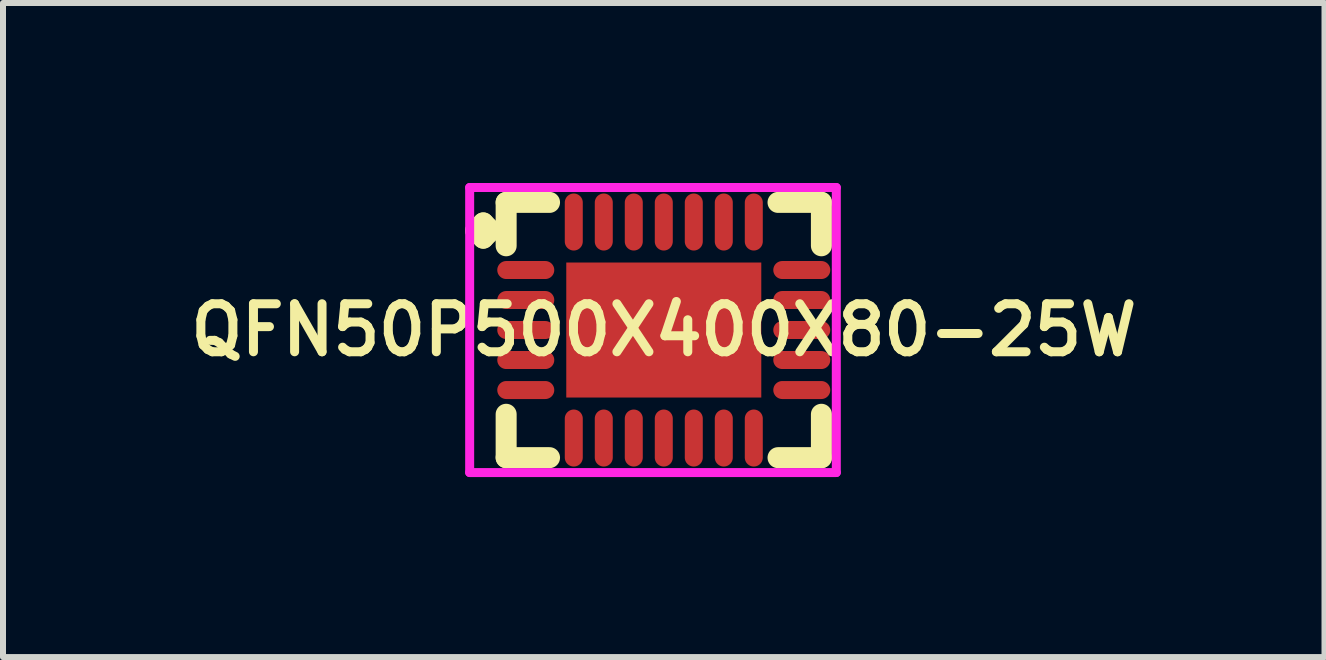
<source format=kicad_pcb>
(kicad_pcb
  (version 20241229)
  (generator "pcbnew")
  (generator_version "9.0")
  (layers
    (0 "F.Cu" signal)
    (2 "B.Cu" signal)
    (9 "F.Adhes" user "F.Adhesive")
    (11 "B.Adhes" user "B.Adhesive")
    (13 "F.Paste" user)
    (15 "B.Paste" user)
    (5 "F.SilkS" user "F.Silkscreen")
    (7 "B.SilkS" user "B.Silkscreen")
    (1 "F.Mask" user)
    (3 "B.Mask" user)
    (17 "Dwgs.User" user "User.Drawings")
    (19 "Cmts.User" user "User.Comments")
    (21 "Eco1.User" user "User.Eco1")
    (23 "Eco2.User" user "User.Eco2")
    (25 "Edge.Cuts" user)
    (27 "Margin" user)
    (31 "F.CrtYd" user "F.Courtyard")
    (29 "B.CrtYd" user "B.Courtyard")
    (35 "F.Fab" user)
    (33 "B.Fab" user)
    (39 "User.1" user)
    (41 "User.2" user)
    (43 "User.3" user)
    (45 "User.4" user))
  (footprint "QFN50P500X400X80-25W"
    (layer "F.Cu")
    (at 8.012 2.45)
    (property "Reference" "QFN50P500X400X80-25W" (at 0 0 0) (layer "F.SilkS") (effects (font (size 0.8 0.8) (thickness 0.15))))
    (attr smd)
    (fp_line (start -3.135 -1.658) (end -3.008 -1.785) (stroke (width 0.35) (type solid)) (layer "F.SilkS"))
    (fp_line (start -3.008 -1.785) (end -2.881 -1.658) (stroke (width 0.35) (type solid)) (layer "F.SilkS"))
    (fp_line (start -3.008 -1.531) (end -3.135 -1.658) (stroke (width 0.35) (type solid)) (layer "F.SilkS"))
    (fp_line (start -2.881 -1.658) (end -3.008 -1.531) (stroke (width 0.35) (type solid)) (layer "F.SilkS"))
    (fp_line (start -2.627 -2.127) (end -1.904 -2.127) (stroke (width 0.35) (type solid)) (layer "F.SilkS"))
    (fp_line (start -2.627 -1.404) (end -2.627 -2.127) (stroke (width 0.35) (type solid)) (layer "F.SilkS"))
    (fp_line (start -2.627 1.404) (end -2.627 2.127) (stroke (width 0.35) (type solid)) (layer "F.SilkS"))
    (fp_line (start -2.627 2.127) (end -1.904 2.127) (stroke (width 0.35) (type solid)) (layer "F.SilkS"))
    (fp_line (start 1.904 -2.127) (end 2.627 -2.127) (stroke (width 0.35) (type solid)) (layer "F.SilkS"))
    (fp_line (start 1.904 2.127) (end 2.627 2.127) (stroke (width 0.35) (type solid)) (layer "F.SilkS"))
    (fp_line (start 2.627 -2.127) (end 2.627 -1.404) (stroke (width 0.35) (type solid)) (layer "F.SilkS"))
    (fp_line (start 2.627 2.127) (end 2.627 1.404) (stroke (width 0.35) (type solid)) (layer "F.SilkS"))
    (fp_line (start -3.235 -2.375) (end 2.875 -2.375) (stroke (width 0.15) (type solid)) (layer "F.CrtYd"))
    (fp_line (start -3.235 2.375) (end -3.235 -2.375) (stroke (width 0.15) (type solid)) (layer "F.CrtYd"))
    (fp_line (start 2.875 -2.375) (end 2.875 2.375) (stroke (width 0.15) (type solid)) (layer "F.CrtYd"))
    (fp_line (start 2.875 2.375) (end -3.235 2.375) (stroke (width 0.15) (type solid)) (layer "F.CrtYd"))
    (pad "1" smd oval (at -2.3 -1) (size 0.95 0.3) (layers "F.Cu" "F.Mask" "F.Paste"))
    (pad "2" smd oval (at -2.3 -0.5) (size 0.95 0.3) (layers "F.Cu" "F.Mask" "F.Paste"))
    (pad "3" smd oval (at -2.3 0) (size 0.95 0.3) (layers "F.Cu" "F.Mask" "F.Paste"))
    (pad "4" smd oval (at -2.3 0.5) (size 0.95 0.3) (layers "F.Cu" "F.Mask" "F.Paste"))
    (pad "5" smd oval (at -2.3 1) (size 0.95 0.3) (layers "F.Cu" "F.Mask" "F.Paste"))
    (pad "6" smd oval (at -1.5 1.8) (size 0.3 0.95) (layers "F.Cu" "F.Mask" "F.Paste"))
    (pad "7" smd oval (at -1 1.8) (size 0.3 0.95) (layers "F.Cu" "F.Mask" "F.Paste"))
    (pad "8" smd oval (at -0.5 1.8) (size 0.3 0.95) (layers "F.Cu" "F.Mask" "F.Paste"))
    (pad "9" smd oval (at 0 1.8) (size 0.3 0.95) (layers "F.Cu" "F.Mask" "F.Paste"))
    (pad "10" smd oval (at 0.5 1.8) (size 0.3 0.95) (layers "F.Cu" "F.Mask" "F.Paste"))
    (pad "11" smd oval (at 1 1.8) (size 0.3 0.95) (layers "F.Cu" "F.Mask" "F.Paste"))
    (pad "12" smd oval (at 1.5 1.8) (size 0.3 0.95) (layers "F.Cu" "F.Mask" "F.Paste"))
    (pad "13" smd oval (at 2.3 1) (size 0.95 0.3) (layers "F.Cu" "F.Mask" "F.Paste"))
    (pad "14" smd oval (at 2.3 0.5) (size 0.95 0.3) (layers "F.Cu" "F.Mask" "F.Paste"))
    (pad "15" smd oval (at 2.3 0) (size 0.95 0.3) (layers "F.Cu" "F.Mask" "F.Paste"))
    (pad "16" smd oval (at 2.3 -0.5) (size 0.95 0.3) (layers "F.Cu" "F.Mask" "F.Paste"))
    (pad "17" smd oval (at 2.3 -1) (size 0.95 0.3) (layers "F.Cu" "F.Mask" "F.Paste"))
    (pad "18" smd oval (at 1.5 -1.8) (size 0.3 0.95) (layers "F.Cu" "F.Mask" "F.Paste"))
    (pad "19" smd oval (at 1 -1.8) (size 0.3 0.95) (layers "F.Cu" "F.Mask" "F.Paste"))
    (pad "20" smd oval (at 0.5 -1.8) (size 0.3 0.95) (layers "F.Cu" "F.Mask" "F.Paste"))
    (pad "21" smd oval (at 0 -1.8) (size 0.3 0.95) (layers "F.Cu" "F.Mask" "F.Paste"))
    (pad "22" smd oval (at -0.5 -1.8) (size 0.3 0.95) (layers "F.Cu" "F.Mask" "F.Paste"))
    (pad "23" smd oval (at -1 -1.8) (size 0.3 0.95) (layers "F.Cu" "F.Mask" "F.Paste"))
    (pad "24" smd oval (at -1.5 -1.8) (size 0.3 0.95) (layers "F.Cu" "F.Mask" "F.Paste"))
    (pad "25" smd rect (at 0 0) (size 3.25 2.25) (layers "F.Cu" "F.Mask" "F.Paste")))
  (gr_rect
    (start -3 -3)
    (end 19.023 7.9)
    (stroke (width 0.1) (type default))
    (fill no)
    (layer "Edge.Cuts")))
</source>
